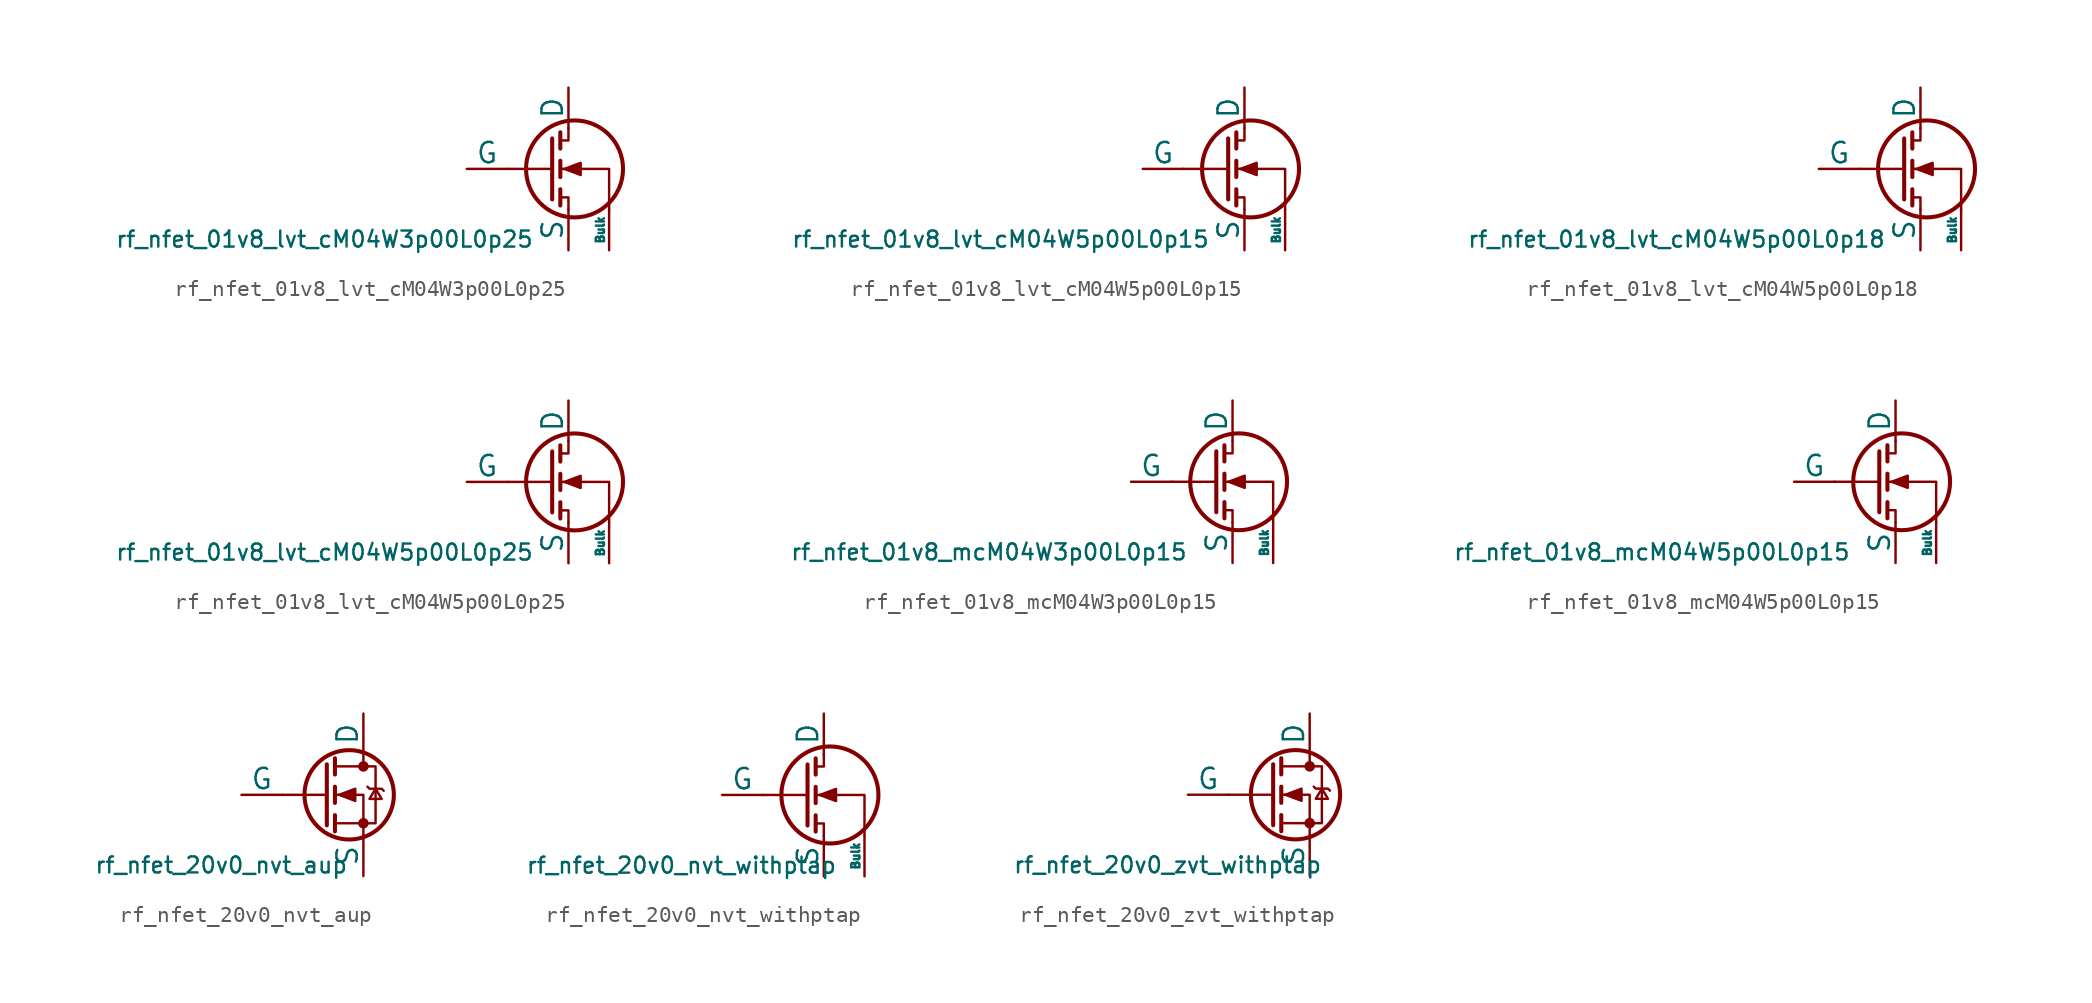
<source format=kicad_sym>
(kicad_symbol_lib
  (version 20211014)
  (generator pdk2kicad)
  (symbol "rf_nfet_01v8_lvt_cM04W3p00L0p25"
    (pin_numbers hide)
    (pin_names
      (offset 0))
    (property "Reference" "Q"
      (at 0 0 0)
      (effects (font (size 1 1)) hide))
    (property "Value" "rf_nfet_01v8_lvt_cM04W3p00L0p25"
      (at -12.7 -3.81 0)
      (effects (font (size 1 1)) (justify top)))
    (polyline
      (pts (xy 1.524 0) (xy -1.27 0))
      (stroke (width 0) (type default))
      (fill (type none)))
    (polyline
      (pts (xy 1.524 1.905) (xy 1.524 -1.905))
      (stroke (width 0.254) (type default))
      (fill (type none)))
    (polyline
      (pts (xy 2.032 -1.27) (xy 2.032 -2.286))
      (stroke (width 0.254) (type default))
      (fill (type none)))
    (polyline
      (pts (xy 2.032 0.508) (xy 2.032 -0.508))
      (stroke (width 0.254) (type default))
      (fill (type none)))
    (polyline
      (pts (xy 2.032 2.286) (xy 2.032 1.27))
      (stroke (width 0.254) (type default))
      (fill (type none)))
    (polyline
      (pts (xy 2.032 1.778) (xy 2.54 1.778) (xy 2.54 2.54))
      (stroke (width 0) (type default))
      (fill (type none)))
    (polyline
      (pts (xy 2.54 -2.54) (xy 2.54 -1.778) (xy 2.032 -1.778))
      (stroke (width 0) (type default))
      (fill (type none)))
    (polyline
      (pts (xy 5.08 -2.54) (xy 5.08 0) (xy 2.032 0))
      (stroke (width 0) (type default))
      (fill (type none)))
    (polyline
      (pts (xy 2.286 0) (xy 3.302 0.381) (xy 3.302 -0.381) (xy 2.286 0))
      (stroke (width 0) (type default))
      (fill (type outline)))
    (circle
      (center 2.921 0)
      (radius 3.029)
      (stroke (width 0.254) (type default))
      (fill (type none)))
    (pin passive line
      (at 2.54 5.08 270)
      (length 2.54)
      (name "D" (effects (font (size 1.27 1.27))))
      (number "1" (effects (font (size 1.27 1.27)))))
    (pin input line
      (at -3.81 0 0)
      (length 2.54)
      (name "G" (effects (font (size 1.27 1.27))))
      (number "2" (effects (font (size 1.27 1.27)))))
    (pin passive line
      (at 2.54 -5.08 90)
      (length 2.54)
      (name "S" (effects (font (size 1.27 1.27))))
      (number "3" (effects (font (size 1.27 1.27)))))
    (pin input line
      (at 5.08 -5.08 90)
      (length 2.54)
      (name "Bulk" (effects (font (size 0.508 0.508))))
      (number "4" (effects (font (size 1.27 1.27))))))
  (symbol "rf_nfet_01v8_lvt_cM04W5p00L0p15"
    (pin_numbers hide)
    (pin_names
      (offset 0))
    (property "Reference" "Q"
      (at 0 0 0)
      (effects (font (size 1 1)) hide))
    (property "Value" "rf_nfet_01v8_lvt_cM04W5p00L0p15"
      (at -12.7 -3.81 0)
      (effects (font (size 1 1)) (justify top)))
    (polyline
      (pts (xy 1.524 0) (xy -1.27 0))
      (stroke (width 0) (type default))
      (fill (type none)))
    (polyline
      (pts (xy 1.524 1.905) (xy 1.524 -1.905))
      (stroke (width 0.254) (type default))
      (fill (type none)))
    (polyline
      (pts (xy 2.032 -1.27) (xy 2.032 -2.286))
      (stroke (width 0.254) (type default))
      (fill (type none)))
    (polyline
      (pts (xy 2.032 0.508) (xy 2.032 -0.508))
      (stroke (width 0.254) (type default))
      (fill (type none)))
    (polyline
      (pts (xy 2.032 2.286) (xy 2.032 1.27))
      (stroke (width 0.254) (type default))
      (fill (type none)))
    (polyline
      (pts (xy 2.032 1.778) (xy 2.54 1.778) (xy 2.54 2.54))
      (stroke (width 0) (type default))
      (fill (type none)))
    (polyline
      (pts (xy 2.54 -2.54) (xy 2.54 -1.778) (xy 2.032 -1.778))
      (stroke (width 0) (type default))
      (fill (type none)))
    (polyline
      (pts (xy 5.08 -2.54) (xy 5.08 0) (xy 2.032 0))
      (stroke (width 0) (type default))
      (fill (type none)))
    (polyline
      (pts (xy 2.286 0) (xy 3.302 0.381) (xy 3.302 -0.381) (xy 2.286 0))
      (stroke (width 0) (type default))
      (fill (type outline)))
    (circle
      (center 2.921 0)
      (radius 3.029)
      (stroke (width 0.254) (type default))
      (fill (type none)))
    (pin passive line
      (at 2.54 5.08 270)
      (length 2.54)
      (name "D" (effects (font (size 1.27 1.27))))
      (number "1" (effects (font (size 1.27 1.27)))))
    (pin input line
      (at -3.81 0 0)
      (length 2.54)
      (name "G" (effects (font (size 1.27 1.27))))
      (number "2" (effects (font (size 1.27 1.27)))))
    (pin passive line
      (at 2.54 -5.08 90)
      (length 2.54)
      (name "S" (effects (font (size 1.27 1.27))))
      (number "3" (effects (font (size 1.27 1.27)))))
    (pin input line
      (at 5.08 -5.08 90)
      (length 2.54)
      (name "Bulk" (effects (font (size 0.508 0.508))))
      (number "4" (effects (font (size 1.27 1.27))))))
  (symbol "rf_nfet_01v8_lvt_cM04W5p00L0p18"
    (pin_numbers hide)
    (pin_names
      (offset 0))
    (property "Reference" "Q"
      (at 0 0 0)
      (effects (font (size 1 1)) hide))
    (property "Value" "rf_nfet_01v8_lvt_cM04W5p00L0p18"
      (at -12.7 -3.81 0)
      (effects (font (size 1 1)) (justify top)))
    (polyline
      (pts (xy 1.524 0) (xy -1.27 0))
      (stroke (width 0) (type default))
      (fill (type none)))
    (polyline
      (pts (xy 1.524 1.905) (xy 1.524 -1.905))
      (stroke (width 0.254) (type default))
      (fill (type none)))
    (polyline
      (pts (xy 2.032 -1.27) (xy 2.032 -2.286))
      (stroke (width 0.254) (type default))
      (fill (type none)))
    (polyline
      (pts (xy 2.032 0.508) (xy 2.032 -0.508))
      (stroke (width 0.254) (type default))
      (fill (type none)))
    (polyline
      (pts (xy 2.032 2.286) (xy 2.032 1.27))
      (stroke (width 0.254) (type default))
      (fill (type none)))
    (polyline
      (pts (xy 2.032 1.778) (xy 2.54 1.778) (xy 2.54 2.54))
      (stroke (width 0) (type default))
      (fill (type none)))
    (polyline
      (pts (xy 2.54 -2.54) (xy 2.54 -1.778) (xy 2.032 -1.778))
      (stroke (width 0) (type default))
      (fill (type none)))
    (polyline
      (pts (xy 5.08 -2.54) (xy 5.08 0) (xy 2.032 0))
      (stroke (width 0) (type default))
      (fill (type none)))
    (polyline
      (pts (xy 2.286 0) (xy 3.302 0.381) (xy 3.302 -0.381) (xy 2.286 0))
      (stroke (width 0) (type default))
      (fill (type outline)))
    (circle
      (center 2.921 0)
      (radius 3.029)
      (stroke (width 0.254) (type default))
      (fill (type none)))
    (pin passive line
      (at 2.54 5.08 270)
      (length 2.54)
      (name "D" (effects (font (size 1.27 1.27))))
      (number "1" (effects (font (size 1.27 1.27)))))
    (pin input line
      (at -3.81 0 0)
      (length 2.54)
      (name "G" (effects (font (size 1.27 1.27))))
      (number "2" (effects (font (size 1.27 1.27)))))
    (pin passive line
      (at 2.54 -5.08 90)
      (length 2.54)
      (name "S" (effects (font (size 1.27 1.27))))
      (number "3" (effects (font (size 1.27 1.27)))))
    (pin input line
      (at 5.08 -5.08 90)
      (length 2.54)
      (name "Bulk" (effects (font (size 0.508 0.508))))
      (number "4" (effects (font (size 1.27 1.27))))))
  (symbol "rf_nfet_01v8_lvt_cM04W5p00L0p25"
    (pin_numbers hide)
    (pin_names
      (offset 0))
    (property "Reference" "Q"
      (at 0 0 0)
      (effects (font (size 1 1)) hide))
    (property "Value" "rf_nfet_01v8_lvt_cM04W5p00L0p25"
      (at -12.7 -3.81 0)
      (effects (font (size 1 1)) (justify top)))
    (polyline
      (pts (xy 1.524 0) (xy -1.27 0))
      (stroke (width 0) (type default))
      (fill (type none)))
    (polyline
      (pts (xy 1.524 1.905) (xy 1.524 -1.905))
      (stroke (width 0.254) (type default))
      (fill (type none)))
    (polyline
      (pts (xy 2.032 -1.27) (xy 2.032 -2.286))
      (stroke (width 0.254) (type default))
      (fill (type none)))
    (polyline
      (pts (xy 2.032 0.508) (xy 2.032 -0.508))
      (stroke (width 0.254) (type default))
      (fill (type none)))
    (polyline
      (pts (xy 2.032 2.286) (xy 2.032 1.27))
      (stroke (width 0.254) (type default))
      (fill (type none)))
    (polyline
      (pts (xy 2.032 1.778) (xy 2.54 1.778) (xy 2.54 2.54))
      (stroke (width 0) (type default))
      (fill (type none)))
    (polyline
      (pts (xy 2.54 -2.54) (xy 2.54 -1.778) (xy 2.032 -1.778))
      (stroke (width 0) (type default))
      (fill (type none)))
    (polyline
      (pts (xy 5.08 -2.54) (xy 5.08 0) (xy 2.032 0))
      (stroke (width 0) (type default))
      (fill (type none)))
    (polyline
      (pts (xy 2.286 0) (xy 3.302 0.381) (xy 3.302 -0.381) (xy 2.286 0))
      (stroke (width 0) (type default))
      (fill (type outline)))
    (circle
      (center 2.921 0)
      (radius 3.029)
      (stroke (width 0.254) (type default))
      (fill (type none)))
    (pin passive line
      (at 2.54 5.08 270)
      (length 2.54)
      (name "D" (effects (font (size 1.27 1.27))))
      (number "1" (effects (font (size 1.27 1.27)))))
    (pin input line
      (at -3.81 0 0)
      (length 2.54)
      (name "G" (effects (font (size 1.27 1.27))))
      (number "2" (effects (font (size 1.27 1.27)))))
    (pin passive line
      (at 2.54 -5.08 90)
      (length 2.54)
      (name "S" (effects (font (size 1.27 1.27))))
      (number "3" (effects (font (size 1.27 1.27)))))
    (pin input line
      (at 5.08 -5.08 90)
      (length 2.54)
      (name "Bulk" (effects (font (size 0.508 0.508))))
      (number "4" (effects (font (size 1.27 1.27))))))
  (symbol "rf_nfet_01v8_mcM04W3p00L0p15"
    (pin_numbers hide)
    (pin_names
      (offset 0))
    (property "Reference" "Q"
      (at 0 0 0)
      (effects (font (size 1 1)) hide))
    (property "Value" "rf_nfet_01v8_mcM04W3p00L0p15"
      (at -12.7 -3.81 0)
      (effects (font (size 1 1)) (justify top)))
    (polyline
      (pts (xy 1.524 0) (xy -1.27 0))
      (stroke (width 0) (type default))
      (fill (type none)))
    (polyline
      (pts (xy 1.524 1.905) (xy 1.524 -1.905))
      (stroke (width 0.254) (type default))
      (fill (type none)))
    (polyline
      (pts (xy 2.032 -1.27) (xy 2.032 -2.286))
      (stroke (width 0.254) (type default))
      (fill (type none)))
    (polyline
      (pts (xy 2.032 0.508) (xy 2.032 -0.508))
      (stroke (width 0.254) (type default))
      (fill (type none)))
    (polyline
      (pts (xy 2.032 2.286) (xy 2.032 1.27))
      (stroke (width 0.254) (type default))
      (fill (type none)))
    (polyline
      (pts (xy 2.032 1.778) (xy 2.54 1.778) (xy 2.54 2.54))
      (stroke (width 0) (type default))
      (fill (type none)))
    (polyline
      (pts (xy 2.54 -2.54) (xy 2.54 -1.778) (xy 2.032 -1.778))
      (stroke (width 0) (type default))
      (fill (type none)))
    (polyline
      (pts (xy 5.08 -2.54) (xy 5.08 0) (xy 2.032 0))
      (stroke (width 0) (type default))
      (fill (type none)))
    (polyline
      (pts (xy 2.286 0) (xy 3.302 0.381) (xy 3.302 -0.381) (xy 2.286 0))
      (stroke (width 0) (type default))
      (fill (type outline)))
    (circle
      (center 2.921 0)
      (radius 3.029)
      (stroke (width 0.254) (type default))
      (fill (type none)))
    (pin passive line
      (at 2.54 5.08 270)
      (length 2.54)
      (name "D" (effects (font (size 1.27 1.27))))
      (number "1" (effects (font (size 1.27 1.27)))))
    (pin input line
      (at -3.81 0 0)
      (length 2.54)
      (name "G" (effects (font (size 1.27 1.27))))
      (number "2" (effects (font (size 1.27 1.27)))))
    (pin passive line
      (at 2.54 -5.08 90)
      (length 2.54)
      (name "S" (effects (font (size 1.27 1.27))))
      (number "3" (effects (font (size 1.27 1.27)))))
    (pin input line
      (at 5.08 -5.08 90)
      (length 2.54)
      (name "Bulk" (effects (font (size 0.508 0.508))))
      (number "4" (effects (font (size 1.27 1.27))))))
  (symbol "rf_nfet_01v8_mcM04W5p00L0p15"
    (pin_numbers hide)
    (pin_names
      (offset 0))
    (property "Reference" "Q"
      (at 0 0 0)
      (effects (font (size 1 1)) hide))
    (property "Value" "rf_nfet_01v8_mcM04W5p00L0p15"
      (at -12.7 -3.81 0)
      (effects (font (size 1 1)) (justify top)))
    (polyline
      (pts (xy 1.524 0) (xy -1.27 0))
      (stroke (width 0) (type default))
      (fill (type none)))
    (polyline
      (pts (xy 1.524 1.905) (xy 1.524 -1.905))
      (stroke (width 0.254) (type default))
      (fill (type none)))
    (polyline
      (pts (xy 2.032 -1.27) (xy 2.032 -2.286))
      (stroke (width 0.254) (type default))
      (fill (type none)))
    (polyline
      (pts (xy 2.032 0.508) (xy 2.032 -0.508))
      (stroke (width 0.254) (type default))
      (fill (type none)))
    (polyline
      (pts (xy 2.032 2.286) (xy 2.032 1.27))
      (stroke (width 0.254) (type default))
      (fill (type none)))
    (polyline
      (pts (xy 2.032 1.778) (xy 2.54 1.778) (xy 2.54 2.54))
      (stroke (width 0) (type default))
      (fill (type none)))
    (polyline
      (pts (xy 2.54 -2.54) (xy 2.54 -1.778) (xy 2.032 -1.778))
      (stroke (width 0) (type default))
      (fill (type none)))
    (polyline
      (pts (xy 5.08 -2.54) (xy 5.08 0) (xy 2.032 0))
      (stroke (width 0) (type default))
      (fill (type none)))
    (polyline
      (pts (xy 2.286 0) (xy 3.302 0.381) (xy 3.302 -0.381) (xy 2.286 0))
      (stroke (width 0) (type default))
      (fill (type outline)))
    (circle
      (center 2.921 0)
      (radius 3.029)
      (stroke (width 0.254) (type default))
      (fill (type none)))
    (pin passive line
      (at 2.54 5.08 270)
      (length 2.54)
      (name "D" (effects (font (size 1.27 1.27))))
      (number "1" (effects (font (size 1.27 1.27)))))
    (pin input line
      (at -3.81 0 0)
      (length 2.54)
      (name "G" (effects (font (size 1.27 1.27))))
      (number "2" (effects (font (size 1.27 1.27)))))
    (pin passive line
      (at 2.54 -5.08 90)
      (length 2.54)
      (name "S" (effects (font (size 1.27 1.27))))
      (number "3" (effects (font (size 1.27 1.27)))))
    (pin input line
      (at 5.08 -5.08 90)
      (length 2.54)
      (name "Bulk" (effects (font (size 0.508 0.508))))
      (number "4" (effects (font (size 1.27 1.27))))))
  (symbol "rf_nfet_20v0_nvt_aup"
    (pin_numbers hide)
    (pin_names
      (offset 0))
    (property "Reference" "Q"
      (at 0 0 0)
      (effects (font (size 1 1)) hide))
    (property "Value" "rf_nfet_20v0_nvt_aup"
      (at -6.35 -3.81 0)
      (effects (font (size 1 1)) (justify top)))
    (polyline
      (pts (xy 0.254 0) (xy -2.54 0))
      (stroke (width 0) (type default))
      (fill (type none)))
    (polyline
      (pts (xy 0.254 1.905) (xy 0.254 -1.905))
      (stroke (width 0.254) (type default))
      (fill (type none)))
    (polyline
      (pts (xy 0.762 -1.27) (xy 0.762 -2.286))
      (stroke (width 0.254) (type default))
      (fill (type none)))
    (polyline
      (pts (xy 0.762 0.508) (xy 0.762 -0.508))
      (stroke (width 0.254) (type default))
      (fill (type none)))
    (polyline
      (pts (xy 0.762 2.286) (xy 0.762 1.27))
      (stroke (width 0.254) (type default))
      (fill (type none)))
    (polyline
      (pts (xy 2.54 2.54) (xy 2.54 1.778))
      (stroke (width 0) (type default))
      (fill (type none)))
    (polyline
      (pts (xy 2.54 -2.54) (xy 2.54 0) (xy 0.762 0))
      (stroke (width 0) (type default))
      (fill (type none)))
    (polyline
      (pts (xy 0.762 -1.778) (xy 3.302 -1.778) (xy 3.302 1.778) (xy 0.762 1.778))
      (stroke (width 0) (type default))
      (fill (type none)))
    (polyline
      (pts (xy 1.016 0) (xy 2.032 0.381) (xy 2.032 -0.381) (xy 1.016 0))
      (stroke (width 0) (type default))
      (fill (type outline)))
    (polyline
      (pts (xy 2.794 0.508) (xy 2.921 0.381) (xy 3.683 0.381) (xy 3.81 0.254))
      (stroke (width 0) (type default))
      (fill (type none)))
    (polyline
      (pts (xy 3.302 0.381) (xy 2.921 -0.254) (xy 3.683 -0.254) (xy 3.302 0.381))
      (stroke (width 0) (type default))
      (fill (type none)))
    (circle
      (center 1.651 0)
      (radius 2.794)
      (stroke (width 0.254) (type default))
      (fill (type none)))
    (circle
      (center 2.54 -1.778)
      (radius 0.254)
      (stroke (width 0) (type default))
      (fill (type outline)))
    (circle
      (center 2.54 1.778)
      (radius 0.254)
      (stroke (width 0) (type default))
      (fill (type outline)))
    (pin passive line
      (at 2.54 5.08 270)
      (length 2.54)
      (name "D" (effects (font (size 1.27 1.27))))
      (number "?" (effects (font (size 1.27 1.27)))))
    (pin input line
      (at -5.08 0 0)
      (length 2.54)
      (name "G" (effects (font (size 1.27 1.27))))
      (number "?" (effects (font (size 1.27 1.27)))))
    (pin passive line
      (at 2.54 -5.08 90)
      (length 2.54)
      (name "S" (effects (font (size 1.27 1.27))))
      (number "?" (effects (font (size 1.27 1.27))))))
  (symbol "rf_nfet_20v0_nvt_withptap"
    (pin_numbers hide)
    (pin_names
      (offset 0))
    (property "Reference" "Q"
      (at 0 0 0)
      (effects (font (size 1 1)) hide))
    (property "Value" "rf_nfet_20v0_nvt_withptap"
      (at -6.35 -3.81 0)
      (effects (font (size 1 1)) (justify top)))
    (polyline
      (pts (xy 1.524 0) (xy -1.27 0))
      (stroke (width 0) (type default))
      (fill (type none)))
    (polyline
      (pts (xy 1.524 1.905) (xy 1.524 -1.905))
      (stroke (width 0.254) (type default))
      (fill (type none)))
    (polyline
      (pts (xy 2.032 -1.27) (xy 2.032 -2.286))
      (stroke (width 0.254) (type default))
      (fill (type none)))
    (polyline
      (pts (xy 2.032 0.508) (xy 2.032 -0.508))
      (stroke (width 0.254) (type default))
      (fill (type none)))
    (polyline
      (pts (xy 2.032 2.286) (xy 2.032 1.27))
      (stroke (width 0.254) (type default))
      (fill (type none)))
    (polyline
      (pts (xy 2.032 1.778) (xy 2.54 1.778) (xy 2.54 2.54))
      (stroke (width 0) (type default))
      (fill (type none)))
    (polyline
      (pts (xy 2.54 -2.54) (xy 2.54 -1.778) (xy 2.032 -1.778))
      (stroke (width 0) (type default))
      (fill (type none)))
    (polyline
      (pts (xy 5.08 -2.54) (xy 5.08 0) (xy 2.032 0))
      (stroke (width 0) (type default))
      (fill (type none)))
    (polyline
      (pts (xy 2.286 0) (xy 3.302 0.381) (xy 3.302 -0.381) (xy 2.286 0))
      (stroke (width 0) (type default))
      (fill (type outline)))
    (circle
      (center 2.921 0)
      (radius 3.029)
      (stroke (width 0.254) (type default))
      (fill (type none)))
    (pin passive line
      (at 2.54 5.08 270)
      (length 2.54)
      (name "D" (effects (font (size 1.27 1.27))))
      (number "?" (effects (font (size 1.27 1.27)))))
    (pin input line
      (at -3.81 0 0)
      (length 2.54)
      (name "G" (effects (font (size 1.27 1.27))))
      (number "?" (effects (font (size 1.27 1.27)))))
    (pin passive line
      (at 2.54 -5.08 90)
      (length 2.54)
      (name "S" (effects (font (size 1.27 1.27))))
      (number "?" (effects (font (size 1.27 1.27)))))
    (pin input line
      (at 5.08 -5.08 90)
      (length 2.54)
      (name "Bulk" (effects (font (size 0.508 0.508))))
      (number "3" (effects (font (size 1.27 1.27))))))
  (symbol "rf_nfet_20v0_zvt_withptap"
    (pin_numbers hide)
    (pin_names
      (offset 0))
    (property "Reference" "Q"
      (at 0 0 0)
      (effects (font (size 1 1)) hide))
    (property "Value" "rf_nfet_20v0_zvt_withptap"
      (at -6.35 -3.81 0)
      (effects (font (size 1 1)) (justify top)))
    (polyline
      (pts (xy 0.254 0) (xy -2.54 0))
      (stroke (width 0) (type default))
      (fill (type none)))
    (polyline
      (pts (xy 0.254 1.905) (xy 0.254 -1.905))
      (stroke (width 0.254) (type default))
      (fill (type none)))
    (polyline
      (pts (xy 0.762 -1.27) (xy 0.762 -2.286))
      (stroke (width 0.254) (type default))
      (fill (type none)))
    (polyline
      (pts (xy 0.762 0.508) (xy 0.762 -0.508))
      (stroke (width 0.254) (type default))
      (fill (type none)))
    (polyline
      (pts (xy 0.762 2.286) (xy 0.762 1.27))
      (stroke (width 0.254) (type default))
      (fill (type none)))
    (polyline
      (pts (xy 2.54 2.54) (xy 2.54 1.778))
      (stroke (width 0) (type default))
      (fill (type none)))
    (polyline
      (pts (xy 2.54 -2.54) (xy 2.54 0) (xy 0.762 0))
      (stroke (width 0) (type default))
      (fill (type none)))
    (polyline
      (pts (xy 0.762 -1.778) (xy 3.302 -1.778) (xy 3.302 1.778) (xy 0.762 1.778))
      (stroke (width 0) (type default))
      (fill (type none)))
    (polyline
      (pts (xy 1.016 0) (xy 2.032 0.381) (xy 2.032 -0.381) (xy 1.016 0))
      (stroke (width 0) (type default))
      (fill (type outline)))
    (polyline
      (pts (xy 2.794 0.508) (xy 2.921 0.381) (xy 3.683 0.381) (xy 3.81 0.254))
      (stroke (width 0) (type default))
      (fill (type none)))
    (polyline
      (pts (xy 3.302 0.381) (xy 2.921 -0.254) (xy 3.683 -0.254) (xy 3.302 0.381))
      (stroke (width 0) (type default))
      (fill (type none)))
    (circle
      (center 1.651 0)
      (radius 2.794)
      (stroke (width 0.254) (type default))
      (fill (type none)))
    (circle
      (center 2.54 -1.778)
      (radius 0.254)
      (stroke (width 0) (type default))
      (fill (type outline)))
    (circle
      (center 2.54 1.778)
      (radius 0.254)
      (stroke (width 0) (type default))
      (fill (type outline)))
    (pin passive line
      (at 2.54 5.08 270)
      (length 2.54)
      (name "D" (effects (font (size 1.27 1.27))))
      (number "?" (effects (font (size 1.27 1.27)))))
    (pin input line
      (at -5.08 0 0)
      (length 2.54)
      (name "G" (effects (font (size 1.27 1.27))))
      (number "?" (effects (font (size 1.27 1.27)))))
    (pin passive line
      (at 2.54 -5.08 90)
      (length 2.54)
      (name "S" (effects (font (size 1.27 1.27))))
      (number "?" (effects (font (size 1.27 1.27)))))))
</source>
